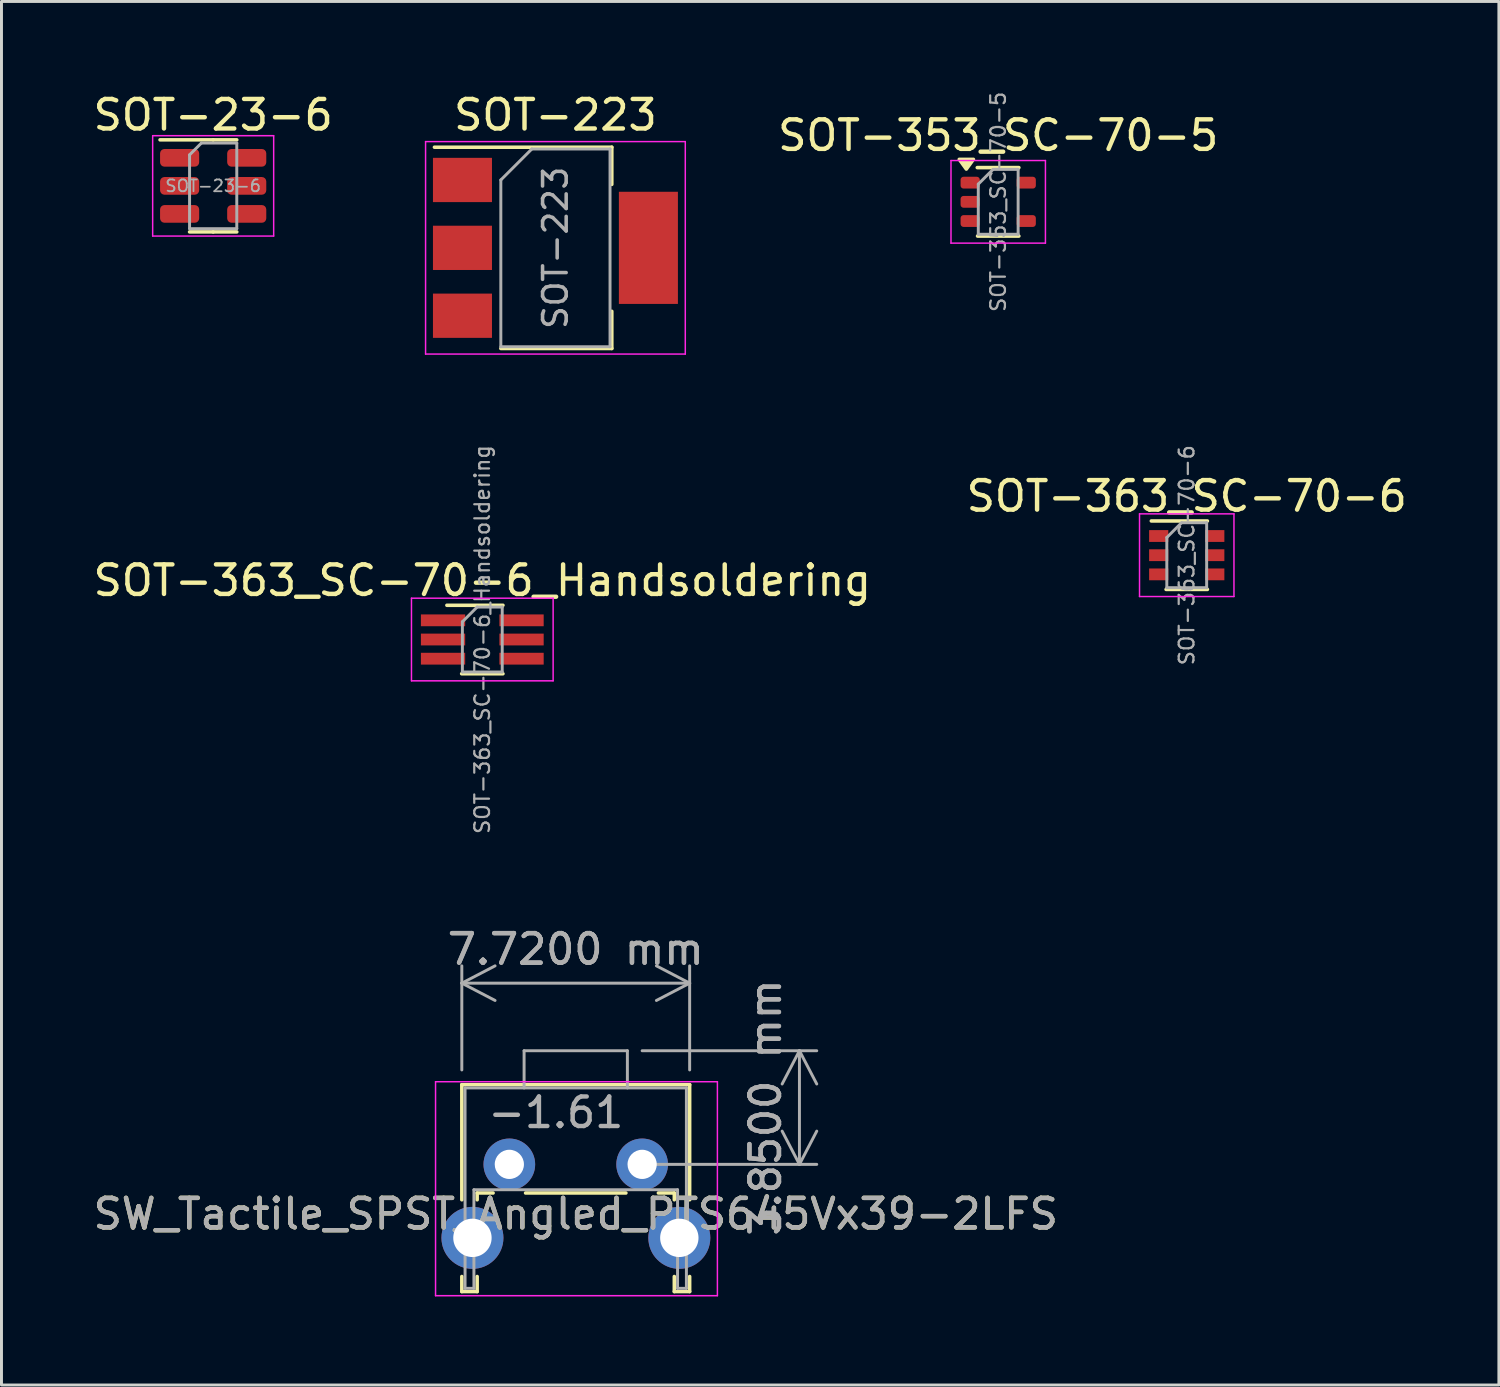
<source format=kicad_pcb>
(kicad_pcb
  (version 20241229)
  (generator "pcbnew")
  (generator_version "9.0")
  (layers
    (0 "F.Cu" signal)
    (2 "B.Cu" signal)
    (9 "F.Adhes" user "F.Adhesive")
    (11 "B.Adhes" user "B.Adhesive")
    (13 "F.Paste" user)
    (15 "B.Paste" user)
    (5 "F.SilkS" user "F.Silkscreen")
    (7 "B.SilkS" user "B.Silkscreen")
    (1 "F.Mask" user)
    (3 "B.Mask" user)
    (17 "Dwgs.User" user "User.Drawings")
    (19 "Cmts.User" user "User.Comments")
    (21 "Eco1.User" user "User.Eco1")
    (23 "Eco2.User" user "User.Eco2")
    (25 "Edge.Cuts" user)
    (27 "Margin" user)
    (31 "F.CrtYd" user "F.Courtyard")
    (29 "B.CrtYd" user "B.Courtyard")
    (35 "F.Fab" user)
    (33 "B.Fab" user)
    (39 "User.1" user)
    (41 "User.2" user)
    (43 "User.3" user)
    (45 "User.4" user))
  (footprint "SOT-363_SC-70-6"
    (layer "F.Cu")
    (at 37.161 15.762)
    (property "Reference" "SOT-363_SC-70-6" (at 0 -2 0) (layer "F.SilkS") (effects (font (size 1 1) (thickness 0.15))))
    (attr smd)
    (fp_line (start -0.7 1.16) (end 0.7 1.16) (stroke (width 0.12) (type solid)) (layer "F.SilkS"))
    (fp_line (start 0.7 -1.16) (end -1.2 -1.16) (stroke (width 0.12) (type solid)) (layer "F.SilkS"))
    (fp_line (start -1.6 -1.4) (end -1.6 1.4) (stroke (width 0.05) (type solid)) (layer "F.CrtYd"))
    (fp_line (start -1.6 -1.4) (end 1.6 -1.4) (stroke (width 0.05) (type solid)) (layer "F.CrtYd"))
    (fp_line (start -1.6 1.4) (end 1.6 1.4) (stroke (width 0.05) (type solid)) (layer "F.CrtYd"))
    (fp_line (start 1.6 1.4) (end 1.6 -1.4) (stroke (width 0.05) (type solid)) (layer "F.CrtYd"))
    (fp_line (start -0.675 -0.6) (end -0.675 1.1) (stroke (width 0.1) (type solid)) (layer "F.Fab"))
    (fp_line (start -0.175 -1.1) (end -0.675 -0.6) (stroke (width 0.1) (type solid)) (layer "F.Fab"))
    (fp_line (start 0.675 -1.1) (end -0.175 -1.1) (stroke (width 0.1) (type solid)) (layer "F.Fab"))
    (fp_line (start 0.675 -1.1) (end 0.675 1.1) (stroke (width 0.1) (type solid)) (layer "F.Fab"))
    (fp_line (start 0.675 1.1) (end -0.675 1.1) (stroke (width 0.1) (type solid)) (layer "F.Fab"))
    (fp_text user "${REFERENCE}" (at 0 0 90) (layer "F.Fab") (effects (font (size 0.5 0.5) (thickness 0.075))))
    (pad "1" smd rect (at -0.95 -0.65) (size 0.65 0.4) (layers "F.Cu" "F.Mask" "F.Paste"))
    (pad "2" smd rect (at -0.95 0) (size 0.65 0.4) (layers "F.Cu" "F.Mask" "F.Paste"))
    (pad "3" smd rect (at -0.95 0.65) (size 0.65 0.4) (layers "F.Cu" "F.Mask" "F.Paste"))
    (pad "4" smd rect (at 0.95 0.65) (size 0.65 0.4) (layers "F.Cu" "F.Mask" "F.Paste"))
    (pad "5" smd rect (at 0.95 0) (size 0.65 0.4) (layers "F.Cu" "F.Mask" "F.Paste"))
    (pad "6" smd rect (at 0.95 -0.65) (size 0.65 0.4) (layers "F.Cu" "F.Mask" "F.Paste")))
  (footprint "SW_Tactile_SPST_Angled_PTS645Vx39-2LFS"
    (layer "F.Cu")
    (at 14.208 36.403)
    (property "Reference" "SW_Tactile_SPST_Angled_PTS645Vx39-2LFS" (at 2.25 1.68 0) (layer "F.SilkS") (effects (font (size 1 1) (thickness 0.15))))
    (attr through_hole)
    (fp_line (start -1.61 -2.7) (end -1.61 1.2) (stroke (width 0.12) (type solid)) (layer "F.SilkS"))
    (fp_line (start -1.61 -2.7) (end 6.11 -2.7) (stroke (width 0.12) (type solid)) (layer "F.SilkS"))
    (fp_line (start -1.61 3.8) (end -1.61 4.31) (stroke (width 0.12) (type solid)) (layer "F.SilkS"))
    (fp_line (start -1.61 4.31) (end -1.09 4.31) (stroke (width 0.12) (type solid)) (layer "F.SilkS"))
    (fp_line (start -1.09 0.97) (end -1.09 1.2) (stroke (width 0.12) (type solid)) (layer "F.SilkS"))
    (fp_line (start -1.09 0.97) (end -0.55 0.97) (stroke (width 0.12) (type solid)) (layer "F.SilkS"))
    (fp_line (start -1.09 3.8) (end -1.09 4.31) (stroke (width 0.12) (type solid)) (layer "F.SilkS"))
    (fp_line (start 0.55 0.97) (end 3.95 0.97) (stroke (width 0.12) (type solid)) (layer "F.SilkS"))
    (fp_line (start 5.05 0.97) (end 5.59 0.97) (stroke (width 0.12) (type solid)) (layer "F.SilkS"))
    (fp_line (start 5.59 0.97) (end 5.59 1.2) (stroke (width 0.12) (type solid)) (layer "F.SilkS"))
    (fp_line (start 5.59 3.8) (end 5.59 4.31) (stroke (width 0.12) (type solid)) (layer "F.SilkS"))
    (fp_line (start 5.59 4.31) (end 6.11 4.31) (stroke (width 0.12) (type solid)) (layer "F.SilkS"))
    (fp_line (start 6.11 -2.7) (end 6.11 1.2) (stroke (width 0.12) (type solid)) (layer "F.SilkS"))
    (fp_line (start 6.11 3.8) (end 6.11 4.31) (stroke (width 0.12) (type solid)) (layer "F.SilkS"))
    (fp_line (start -2.5 -2.8) (end 7.05 -2.8) (stroke (width 0.05) (type solid)) (layer "F.CrtYd"))
    (fp_line (start -2.5 4.45) (end -2.5 -2.8) (stroke (width 0.05) (type solid)) (layer "F.CrtYd"))
    (fp_line (start 7.05 -2.8) (end 7.05 4.45) (stroke (width 0.05) (type solid)) (layer "F.CrtYd"))
    (fp_line (start 7.05 4.45) (end -2.5 4.45) (stroke (width 0.05) (type solid)) (layer "F.CrtYd"))
    (fp_line (start -1.5 -2.59) (end 6 -2.59) (stroke (width 0.1) (type solid)) (layer "F.Fab"))
    (fp_line (start -1.5 4.2) (end -1.5 -2.59) (stroke (width 0.1) (type solid)) (layer "F.Fab"))
    (fp_line (start -1.5 4.2) (end -1.2 4.2) (stroke (width 0.1) (type solid)) (layer "F.Fab"))
    (fp_line (start -1.2 0.86) (end 5.7 0.86) (stroke (width 0.1) (type solid)) (layer "F.Fab"))
    (fp_line (start -1.2 4.2) (end -1.2 0.86) (stroke (width 0.1) (type solid)) (layer "F.Fab"))
    (fp_line (start 0.5 -3.85) (end 0.5 -2.59) (stroke (width 0.1) (type solid)) (layer "F.Fab"))
    (fp_line (start 0.5 -3.85) (end 4 -3.85) (stroke (width 0.1) (type solid)) (layer "F.Fab"))
    (fp_line (start 4 -3.85) (end 4 -2.59) (stroke (width 0.1) (type solid)) (layer "F.Fab"))
    (fp_line (start 5.7 4.2) (end 5.7 0.86) (stroke (width 0.1) (type solid)) (layer "F.Fab"))
    (fp_line (start 5.7 4.2) (end 6 4.2) (stroke (width 0.1) (type solid)) (layer "F.Fab"))
    (fp_line (start 6 4.2) (end 6 -2.59) (stroke (width 0.1) (type solid)) (layer "F.Fab"))
    (fp_text user "${REFERENCE}" (at 2.25 1.68 0) (layer "F.Fab") (effects (font (size 1 1) (thickness 0.15))))
    (fp_text user "-1.61" (at -0.81 -1.17 0) (unlocked yes) (layer "F.Fab") (effects (font (size 1 1) (thickness 0.15)) (justify left bottom)))
    (dimension (type orthogonal) (layer "F.Fab") (pts (xy 18.208 32.553) (xy 18.208 36.403)) (height 5.83) (orientation 1) (format (prefix "") (suffix "") (units 3) (units_format 1) (precision 4)) (style (thickness 0.1) (arrow_length 1.27) (text_position_mode 0) (arrow_direction outward) (extension_height 0.586) (extension_offset 0.5) (keep_text_aligned yes)) (gr_text "3.8500 mm" (at 22.888 34.478 90) (layer "F.Fab") (effects (font (size 1 1) (thickness 0.15)))))
    (dimension (type orthogonal) (layer "F.Fab") (pts (xy 12.598 33.703) (xy 20.318 33.703)) (height -3.44) (orientation 0) (format (prefix "") (suffix "") (units 3) (units_format 1) (precision 4)) (style (thickness 0.1) (arrow_length 1.27) (text_position_mode 0) (arrow_direction outward) (extension_height 0.586) (extension_offset 0.5) (keep_text_aligned yes)) (gr_text "7.7200 mm" (at 16.458 29.113 0) (layer "F.Fab") (effects (font (size 1 1) (thickness 0.15)))))
    (pad "" thru_hole circle (at -1.25 2.49) (size 2.1 2.1) (drill 1.3) (layers "*.Cu" "*.Mask"))
    (pad "" thru_hole circle (at 5.76 2.49) (size 2.1 2.1) (drill 1.3) (layers "*.Cu" "*.Mask"))
    (pad "1" thru_hole circle (at 0 0) (size 1.75 1.75) (drill 0.99) (layers "*.Cu" "*.Mask"))
    (pad "2" thru_hole circle (at 4.5 0) (size 1.75 1.75) (drill 0.99) (layers "*.Cu" "*.Mask")))
  (footprint "SOT-363_SC-70-6_Handsoldering"
    (layer "F.Cu")
    (at 13.292 18.619)
    (property "Reference" "SOT-363_SC-70-6_Handsoldering" (at 0 -2 0) (layer "F.SilkS") (effects (font (size 1 1) (thickness 0.15))))
    (attr smd)
    (fp_line (start -0.7 1.16) (end 0.7 1.16) (stroke (width 0.12) (type solid)) (layer "F.SilkS"))
    (fp_line (start 0.7 -1.16) (end -1.2 -1.16) (stroke (width 0.12) (type solid)) (layer "F.SilkS"))
    (fp_line (start -2.4 -1.4) (end -2.4 1.4) (stroke (width 0.05) (type solid)) (layer "F.CrtYd"))
    (fp_line (start -2.4 -1.4) (end 2.4 -1.4) (stroke (width 0.05) (type solid)) (layer "F.CrtYd"))
    (fp_line (start -2.4 1.4) (end 2.4 1.4) (stroke (width 0.05) (type solid)) (layer "F.CrtYd"))
    (fp_line (start 2.4 1.4) (end 2.4 -1.4) (stroke (width 0.05) (type solid)) (layer "F.CrtYd"))
    (fp_line (start -0.675 -0.6) (end -0.675 1.1) (stroke (width 0.1) (type solid)) (layer "F.Fab"))
    (fp_line (start -0.175 -1.1) (end -0.675 -0.6) (stroke (width 0.1) (type solid)) (layer "F.Fab"))
    (fp_line (start 0.675 -1.1) (end -0.175 -1.1) (stroke (width 0.1) (type solid)) (layer "F.Fab"))
    (fp_line (start 0.675 -1.1) (end 0.675 1.1) (stroke (width 0.1) (type solid)) (layer "F.Fab"))
    (fp_line (start 0.675 1.1) (end -0.675 1.1) (stroke (width 0.1) (type solid)) (layer "F.Fab"))
    (fp_text user "${REFERENCE}" (at 0 0 90) (layer "F.Fab") (effects (font (size 0.5 0.5) (thickness 0.075))))
    (pad "1" smd rect (at -1.33 -0.65) (size 1.5 0.4) (layers "F.Cu" "F.Mask" "F.Paste"))
    (pad "2" smd rect (at -1.33 0) (size 1.5 0.4) (layers "F.Cu" "F.Mask" "F.Paste"))
    (pad "3" smd rect (at -1.33 0.65) (size 1.5 0.4) (layers "F.Cu" "F.Mask" "F.Paste"))
    (pad "4" smd rect (at 1.33 0.65) (size 1.5 0.4) (layers "F.Cu" "F.Mask" "F.Paste"))
    (pad "5" smd rect (at 1.33 0) (size 1.5 0.4) (layers "F.Cu" "F.Mask" "F.Paste"))
    (pad "6" smd rect (at 1.33 -0.65) (size 1.5 0.4) (layers "F.Cu" "F.Mask" "F.Paste")))
  (footprint "SOT-353_SC-70-5"
    (layer "F.Cu")
    (at 30.773 3.789)
    (property "Reference" "SOT-353_SC-70-5" (at 0 -2.25 0) (layer "F.SilkS") (effects (font (size 1 1) (thickness 0.15))))
    (attr smd)
    (fp_line (start -0.71 -1.16) (end 0.7 -1.16) (stroke (width 0.12) (type solid)) (layer "F.SilkS"))
    (fp_line (start -0.7 1.16) (end 0.7 1.16) (stroke (width 0.12) (type solid)) (layer "F.SilkS"))
    (fp_poly (pts (xy -1.08 -1.11) (xy -1.32 -1.44) (xy -0.84 -1.44) (xy -1.08 -1.11)) (stroke (width 0.12) (type solid)) (fill yes) (layer "F.SilkS"))
    (fp_line (start -1.6 -1.4) (end -1.6 1.4) (stroke (width 0.05) (type solid)) (layer "F.CrtYd"))
    (fp_line (start -1.6 -1.4) (end 1.6 -1.4) (stroke (width 0.05) (type solid)) (layer "F.CrtYd"))
    (fp_line (start -1.6 1.4) (end 1.6 1.4) (stroke (width 0.05) (type solid)) (layer "F.CrtYd"))
    (fp_line (start 1.6 1.4) (end 1.6 -1.4) (stroke (width 0.05) (type solid)) (layer "F.CrtYd"))
    (fp_line (start -0.675 -0.6) (end -0.675 1.1) (stroke (width 0.1) (type solid)) (layer "F.Fab"))
    (fp_line (start -0.175 -1.1) (end -0.675 -0.6) (stroke (width 0.1) (type solid)) (layer "F.Fab"))
    (fp_line (start 0.675 -1.1) (end -0.175 -1.1) (stroke (width 0.1) (type solid)) (layer "F.Fab"))
    (fp_line (start 0.675 -1.1) (end 0.675 1.1) (stroke (width 0.1) (type solid)) (layer "F.Fab"))
    (fp_line (start 0.675 1.1) (end -0.675 1.1) (stroke (width 0.1) (type solid)) (layer "F.Fab"))
    (fp_text user "${REFERENCE}" (at 0 0 90) (layer "F.Fab") (effects (font (size 0.5 0.5) (thickness 0.075))))
    (pad "1" smd roundrect (at -0.95 -0.65) (size 0.65 0.4) (layers "F.Cu" "F.Mask" "F.Paste") (roundrect_rratio 0.25))
    (pad "2" smd roundrect (at -0.95 0) (size 0.65 0.4) (layers "F.Cu" "F.Mask" "F.Paste") (roundrect_rratio 0.25))
    (pad "3" smd roundrect (at -0.95 0.65) (size 0.65 0.4) (layers "F.Cu" "F.Mask" "F.Paste") (roundrect_rratio 0.25))
    (pad "4" smd roundrect (at 0.95 0.65) (size 0.65 0.4) (layers "F.Cu" "F.Mask" "F.Paste") (roundrect_rratio 0.25))
    (pad "5" smd roundrect (at 0.95 -0.65) (size 0.65 0.4) (layers "F.Cu" "F.Mask" "F.Paste") (roundrect_rratio 0.25)))
  (footprint "SOT-223"
    (layer "F.Cu")
    (at 15.77 5.348)
    (property "Reference" "SOT-223" (at 0 -4.5 180) (layer "F.SilkS") (effects (font (size 1 1) (thickness 0.15))))
    (attr smd)
    (fp_line (start -4.1 -3.41) (end 1.91 -3.41) (stroke (width 0.12) (type solid)) (layer "F.SilkS"))
    (fp_line (start -1.85 3.41) (end 1.91 3.41) (stroke (width 0.12) (type solid)) (layer "F.SilkS"))
    (fp_line (start 1.91 -3.41) (end 1.91 -2.15) (stroke (width 0.12) (type solid)) (layer "F.SilkS"))
    (fp_line (start 1.91 3.41) (end 1.91 2.15) (stroke (width 0.12) (type solid)) (layer "F.SilkS"))
    (fp_line (start -4.4 -3.6) (end -4.4 3.6) (stroke (width 0.05) (type solid)) (layer "F.CrtYd"))
    (fp_line (start -4.4 3.6) (end 4.4 3.6) (stroke (width 0.05) (type solid)) (layer "F.CrtYd"))
    (fp_line (start 4.4 -3.6) (end -4.4 -3.6) (stroke (width 0.05) (type solid)) (layer "F.CrtYd"))
    (fp_line (start 4.4 3.6) (end 4.4 -3.6) (stroke (width 0.05) (type solid)) (layer "F.CrtYd"))
    (fp_line (start -1.85 -2.3) (end -1.85 3.35) (stroke (width 0.1) (type solid)) (layer "F.Fab"))
    (fp_line (start -1.85 -2.3) (end -0.8 -3.35) (stroke (width 0.1) (type solid)) (layer "F.Fab"))
    (fp_line (start -1.85 3.35) (end 1.85 3.35) (stroke (width 0.1) (type solid)) (layer "F.Fab"))
    (fp_line (start -0.8 -3.35) (end 1.85 -3.35) (stroke (width 0.1) (type solid)) (layer "F.Fab"))
    (fp_line (start 1.85 -3.35) (end 1.85 3.35) (stroke (width 0.1) (type solid)) (layer "F.Fab"))
    (fp_text user "${REFERENCE}" (at 0 0 270) (layer "F.Fab") (effects (font (size 0.8 0.8) (thickness 0.12))))
    (pad "1" smd rect (at -3.15 -2.3) (size 2 1.5) (layers "F.Cu" "F.Mask" "F.Paste"))
    (pad "2" smd rect (at -3.15 0) (size 2 1.5) (layers "F.Cu" "F.Mask" "F.Paste"))
    (pad "3" smd rect (at -3.15 2.3) (size 2 1.5) (layers "F.Cu" "F.Mask" "F.Paste"))
    (pad "4" smd rect (at 3.15 0) (size 2 3.8) (layers "F.Cu" "F.Mask" "F.Paste")))
  (footprint "SOT-23-6"
    (layer "F.Cu")
    (at 4.173 3.248)
    (property "Reference" "SOT-23-6" (at 0 -2.4 0) (layer "F.SilkS") (effects (font (size 1 1) (thickness 0.15))))
    (attr smd)
    (fp_line (start 0 -1.56) (end -1.8 -1.56) (stroke (width 0.12) (type solid)) (layer "F.SilkS"))
    (fp_line (start 0 -1.56) (end 0.8 -1.56) (stroke (width 0.12) (type solid)) (layer "F.SilkS"))
    (fp_line (start 0 1.56) (end -0.8 1.56) (stroke (width 0.12) (type solid)) (layer "F.SilkS"))
    (fp_line (start 0 1.56) (end 0.8 1.56) (stroke (width 0.12) (type solid)) (layer "F.SilkS"))
    (fp_line (start -2.05 -1.7) (end -2.05 1.7) (stroke (width 0.05) (type solid)) (layer "F.CrtYd"))
    (fp_line (start -2.05 1.7) (end 2.05 1.7) (stroke (width 0.05) (type solid)) (layer "F.CrtYd"))
    (fp_line (start 2.05 -1.7) (end -2.05 -1.7) (stroke (width 0.05) (type solid)) (layer "F.CrtYd"))
    (fp_line (start 2.05 1.7) (end 2.05 -1.7) (stroke (width 0.05) (type solid)) (layer "F.CrtYd"))
    (fp_line (start -0.8 -1.05) (end -0.4 -1.45) (stroke (width 0.1) (type solid)) (layer "F.Fab"))
    (fp_line (start -0.8 1.45) (end -0.8 -1.05) (stroke (width 0.1) (type solid)) (layer "F.Fab"))
    (fp_line (start -0.4 -1.45) (end 0.8 -1.45) (stroke (width 0.1) (type solid)) (layer "F.Fab"))
    (fp_line (start 0.8 -1.45) (end 0.8 1.45) (stroke (width 0.1) (type solid)) (layer "F.Fab"))
    (fp_line (start 0.8 1.45) (end -0.8 1.45) (stroke (width 0.1) (type solid)) (layer "F.Fab"))
    (fp_text user "${REFERENCE}" (at 0 0 0) (layer "F.Fab") (effects (font (size 0.4 0.4) (thickness 0.06))))
    (pad "1" smd roundrect (at -1.137 -0.95) (size 1.325 0.6) (layers "F.Cu" "F.Mask" "F.Paste") (roundrect_rratio 0.25))
    (pad "2" smd roundrect (at -1.137 0) (size 1.325 0.6) (layers "F.Cu" "F.Mask" "F.Paste") (roundrect_rratio 0.25))
    (pad "3" smd roundrect (at -1.137 0.95) (size 1.325 0.6) (layers "F.Cu" "F.Mask" "F.Paste") (roundrect_rratio 0.25))
    (pad "4" smd roundrect (at 1.137 0.95) (size 1.325 0.6) (layers "F.Cu" "F.Mask" "F.Paste") (roundrect_rratio 0.25))
    (pad "5" smd roundrect (at 1.137 0) (size 1.325 0.6) (layers "F.Cu" "F.Mask" "F.Paste") (roundrect_rratio 0.25))
    (pad "6" smd roundrect (at 1.137 -0.95) (size 1.325 0.6) (layers "F.Cu" "F.Mask" "F.Paste") (roundrect_rratio 0.25)))
  (gr_rect
    (start -3 -3)
    (end 47.738 43.878)
    (stroke (width 0.1) (type default))
    (fill no)
    (layer "Edge.Cuts")))
</source>
